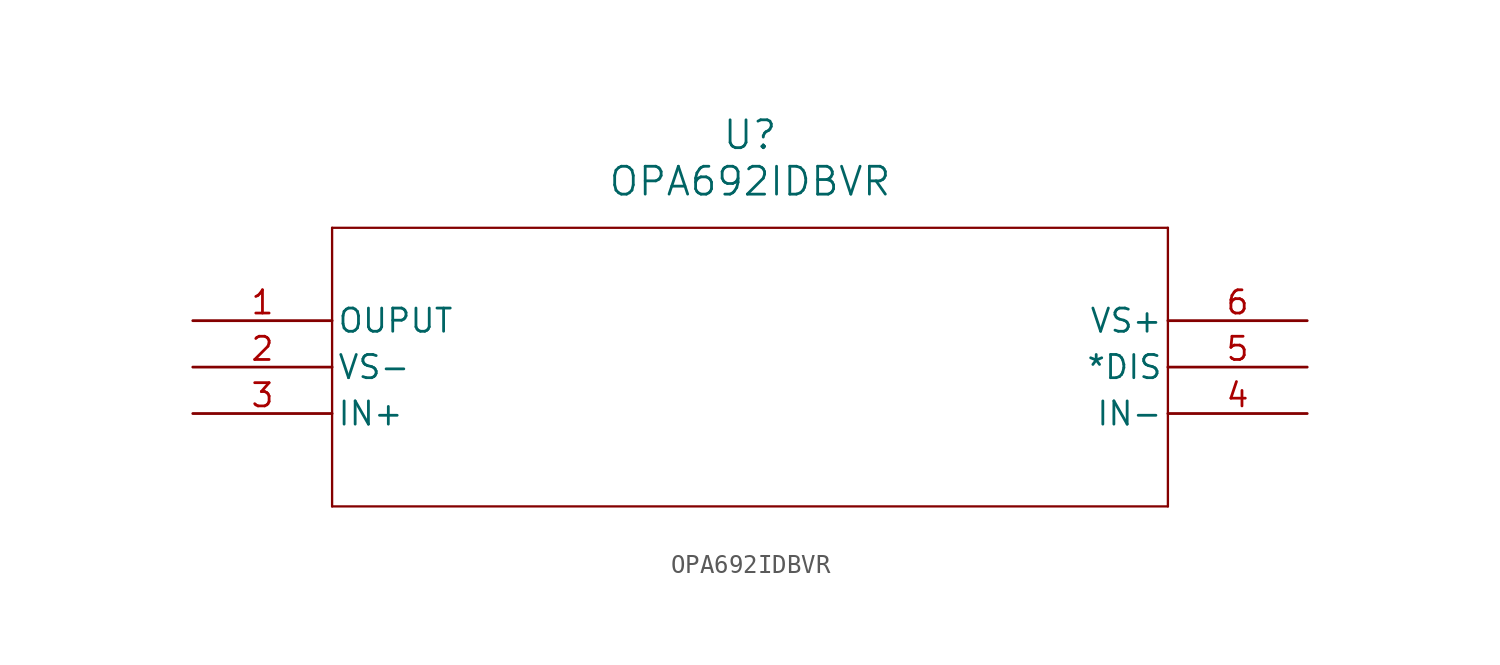
<source format=kicad_sym>
(kicad_symbol_lib
  (version 20211014)
  (generator kicad_symbol_editor)
  (symbol "OPA692IDBVR"
    (pin_names
      (offset 0.254))
    (property "Reference" "U"
      (at 30.48 10.16 0)
      (effects (font (size 1.524 1.524))))
    (property "Value" "OPA692IDBVR"
      (at 30.48 7.62 0)
      (effects (font (size 1.524 1.524))))
    (symbol "OPA692IDBVR_0_1"
      (polyline (pts (xy 7.62 5.08) (xy 7.62 -10.16)) (stroke (width 0.127) (type default) (color 0 0 0 0)) (fill (type none)))
      (polyline (pts (xy 7.62 -10.16) (xy 53.34 -10.16)) (stroke (width 0.127) (type default) (color 0 0 0 0)) (fill (type none)))
      (polyline (pts (xy 53.34 -10.16) (xy 53.34 5.08)) (stroke (width 0.127) (type default) (color 0 0 0 0)) (fill (type none)))
      (polyline (pts (xy 53.34 5.08) (xy 7.62 5.08)) (stroke (width 0.127) (type default) (color 0 0 0 0)) (fill (type none)))
      (pin output line (at 0 0 0) (length 7.62) (name "OUPUT" (effects (font (size 1.27 1.27)))) (number "1" (effects (font (size 1.27 1.27)))))
      (pin power_in line (at 0 -2.54 0) (length 7.62) (name "VS-" (effects (font (size 1.27 1.27)))) (number "2" (effects (font (size 1.27 1.27)))))
      (pin input line (at 0 -5.08 0) (length 7.62) (name "IN+" (effects (font (size 1.27 1.27)))) (number "3" (effects (font (size 1.27 1.27)))))
      (pin input line (at 60.96 -5.08 180) (length 7.62) (name "IN-" (effects (font (size 1.27 1.27)))) (number "4" (effects (font (size 1.27 1.27)))))
      (pin unspecified line (at 60.96 -2.54 180) (length 7.62) (name "*DIS" (effects (font (size 1.27 1.27)))) (number "5" (effects (font (size 1.27 1.27)))))
      (pin power_in line (at 60.96 0 180) (length 7.62) (name "VS+" (effects (font (size 1.27 1.27)))) (number "6" (effects (font (size 1.27 1.27))))))))
</source>
